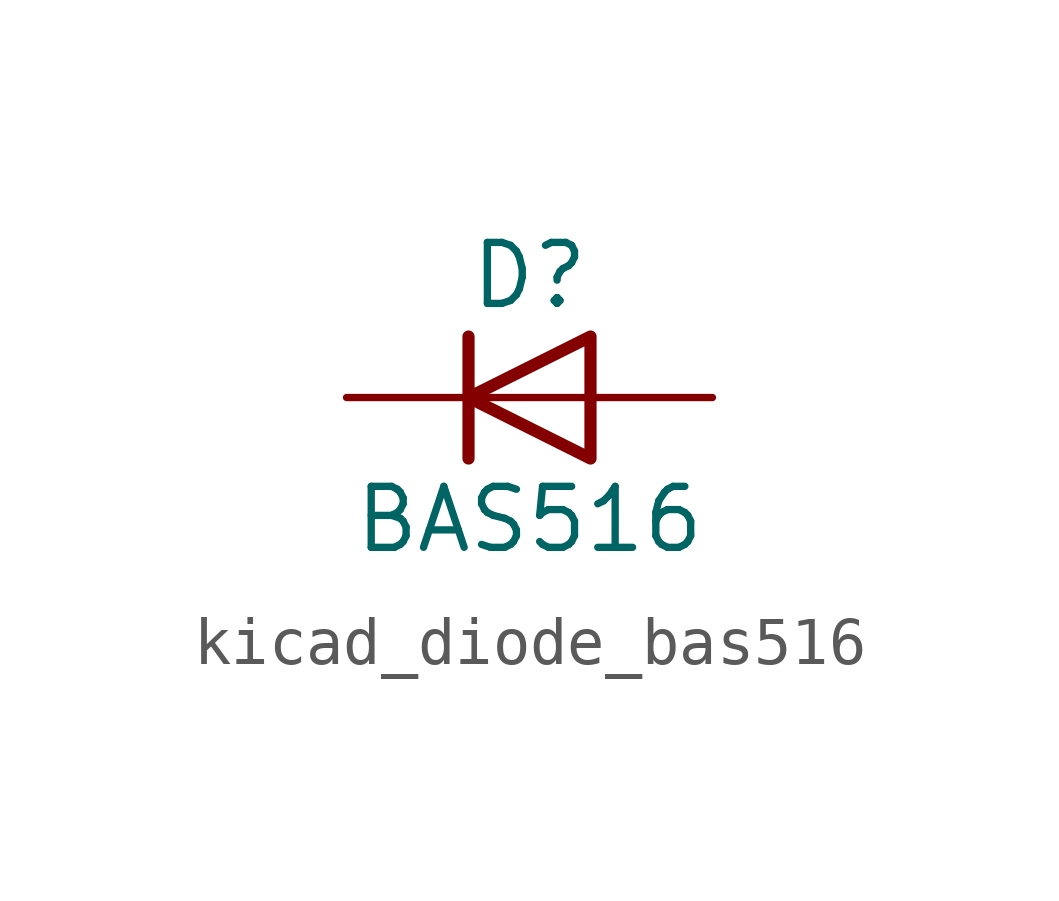
<source format=kicad_sym>
(kicad_symbol_lib
  (version 20220914)
  (generator kicad_symbol_editor)
  (symbol "kicad_diode_bas516"
    (pin_numbers hide)
    (pin_names hide)
    (property "Reference" "D"
      (at 0 2.54 0)
      (effects (font (size 1.27 1.27))))
    (property "Value" "BAS516"
      (at 0 -2.54 0)
      (effects (font (size 1.27 1.27))))
    (symbol "kicad_diode_bas516_0_1"
      (polyline (pts (xy -1.27 1.27) (xy -1.27 -1.27)) (stroke (width 0.254) (type default)) (fill (type none)))
      (polyline (pts (xy 1.27 0) (xy -1.27 0)) (stroke (width 0) (type default)) (fill (type none)))
      (polyline (pts (xy 1.27 1.27) (xy 1.27 -1.27) (xy -1.27 0) (xy 1.27 1.27)) (stroke (width 0.254) (type default)) (fill (type none))))
    (symbol "kicad_diode_bas516_1_1"
      (pin passive line (at -3.81 0 0) (length 2.54) (name "K" (effects (font (size 1.27 1.27)))) (number "1" (effects (font (size 1.27 1.27)))))
      (pin passive line (at 3.81 0 180) (length 2.54) (name "A" (effects (font (size 1.27 1.27)))) (number "2" (effects (font (size 1.27 1.27))))))))
</source>
